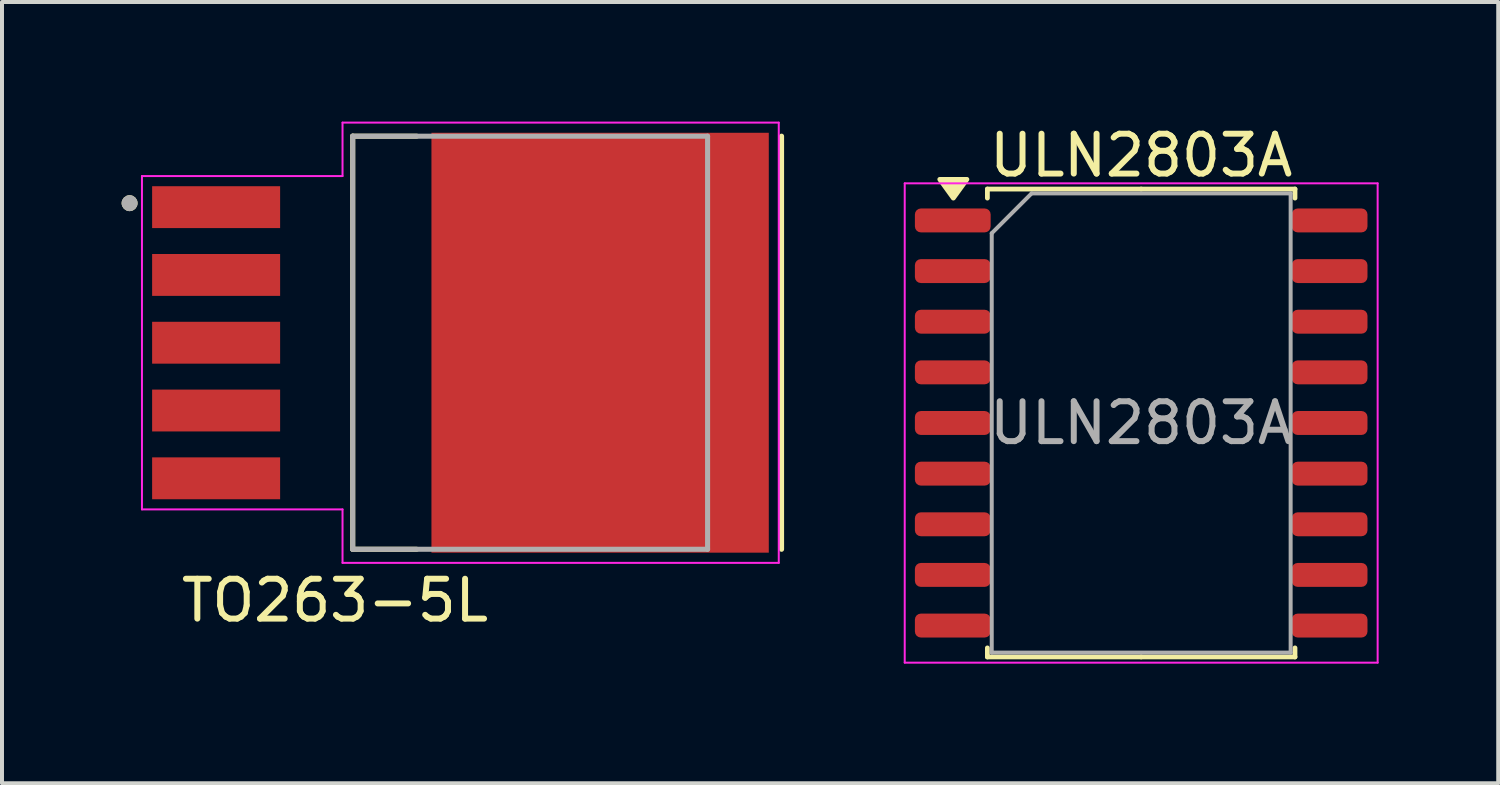
<source format=kicad_pcb>
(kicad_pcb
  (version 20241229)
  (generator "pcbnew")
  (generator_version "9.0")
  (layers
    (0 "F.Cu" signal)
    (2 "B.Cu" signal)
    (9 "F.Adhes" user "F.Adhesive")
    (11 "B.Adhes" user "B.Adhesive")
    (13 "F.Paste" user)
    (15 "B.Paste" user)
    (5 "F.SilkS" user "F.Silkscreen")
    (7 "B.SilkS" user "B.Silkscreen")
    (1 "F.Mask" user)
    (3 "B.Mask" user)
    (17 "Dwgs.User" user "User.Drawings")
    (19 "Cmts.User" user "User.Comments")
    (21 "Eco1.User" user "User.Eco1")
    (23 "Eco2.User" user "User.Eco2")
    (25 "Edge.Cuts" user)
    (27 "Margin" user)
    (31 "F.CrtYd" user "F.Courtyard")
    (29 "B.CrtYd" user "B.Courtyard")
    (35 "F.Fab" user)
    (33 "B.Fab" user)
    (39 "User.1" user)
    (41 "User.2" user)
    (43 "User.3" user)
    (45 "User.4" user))
  (footprint "ULN2803A"
    (layer "F.Cu")
    (at 25.569 7.558)
    (property "Reference" "ULN2803A" (at 0 -6.71 0) (layer "F.SilkS") (effects (font (size 1 1) (thickness 0.15))))
    (attr smd)
    (fp_line (start -3.857 -5.867) (end -3.857 -5.64) (stroke (width 0.12) (type solid)) (layer "F.SilkS"))
    (fp_line (start -3.857 5.867) (end -3.857 5.64) (stroke (width 0.12) (type solid)) (layer "F.SilkS"))
    (fp_line (start 0 -5.867) (end -3.857 -5.867) (stroke (width 0.12) (type solid)) (layer "F.SilkS"))
    (fp_line (start 0 -5.867) (end 3.857 -5.867) (stroke (width 0.12) (type solid)) (layer "F.SilkS"))
    (fp_line (start 0 5.867) (end -3.857 5.867) (stroke (width 0.12) (type solid)) (layer "F.SilkS"))
    (fp_line (start 0 5.867) (end 3.857 5.867) (stroke (width 0.12) (type solid)) (layer "F.SilkS"))
    (fp_line (start 3.857 -5.867) (end 3.857 -5.64) (stroke (width 0.12) (type solid)) (layer "F.SilkS"))
    (fp_line (start 3.857 5.867) (end 3.857 5.64) (stroke (width 0.12) (type solid)) (layer "F.SilkS"))
    (fp_poly (pts (xy -4.711 -5.64) (xy -5.051 -6.11) (xy -4.371 -6.11) (xy -4.711 -5.64)) (stroke (width 0.12) (type solid)) (fill yes) (layer "F.SilkS"))
    (fp_line (start -5.93 -6.01) (end -5.93 6.01) (stroke (width 0.05) (type solid)) (layer "F.CrtYd"))
    (fp_line (start -5.93 6.01) (end 5.93 6.01) (stroke (width 0.05) (type solid)) (layer "F.CrtYd"))
    (fp_line (start 5.93 -6.01) (end -5.93 -6.01) (stroke (width 0.05) (type solid)) (layer "F.CrtYd"))
    (fp_line (start 5.93 6.01) (end 5.93 -6.01) (stroke (width 0.05) (type solid)) (layer "F.CrtYd"))
    (fp_line (start -3.748 -4.758) (end -2.748 -5.758) (stroke (width 0.1) (type solid)) (layer "F.Fab"))
    (fp_line (start -3.748 5.758) (end -3.748 -4.758) (stroke (width 0.1) (type solid)) (layer "F.Fab"))
    (fp_line (start -2.748 -5.758) (end 3.748 -5.758) (stroke (width 0.1) (type solid)) (layer "F.Fab"))
    (fp_line (start 3.748 -5.758) (end 3.748 5.758) (stroke (width 0.1) (type solid)) (layer "F.Fab"))
    (fp_line (start 3.748 5.758) (end -3.748 5.758) (stroke (width 0.1) (type solid)) (layer "F.Fab"))
    (fp_text user "${REFERENCE}" (at 0 0 0) (layer "F.Fab") (effects (font (size 1 1) (thickness 0.15))))
    (pad "1" smd roundrect (at -4.725 -5.08) (size 1.9 0.6) (layers "F.Cu" "F.Mask" "F.Paste") (roundrect_rratio 0.25))
    (pad "2" smd roundrect (at -4.725 -3.81) (size 1.9 0.6) (layers "F.Cu" "F.Mask" "F.Paste") (roundrect_rratio 0.25))
    (pad "3" smd roundrect (at -4.725 -2.54) (size 1.9 0.6) (layers "F.Cu" "F.Mask" "F.Paste") (roundrect_rratio 0.25))
    (pad "4" smd roundrect (at -4.725 -1.27) (size 1.9 0.6) (layers "F.Cu" "F.Mask" "F.Paste") (roundrect_rratio 0.25))
    (pad "5" smd roundrect (at -4.725 0) (size 1.9 0.6) (layers "F.Cu" "F.Mask" "F.Paste") (roundrect_rratio 0.25))
    (pad "6" smd roundrect (at -4.725 1.27) (size 1.9 0.6) (layers "F.Cu" "F.Mask" "F.Paste") (roundrect_rratio 0.25))
    (pad "7" smd roundrect (at -4.725 2.54) (size 1.9 0.6) (layers "F.Cu" "F.Mask" "F.Paste") (roundrect_rratio 0.25))
    (pad "8" smd roundrect (at -4.725 3.81) (size 1.9 0.6) (layers "F.Cu" "F.Mask" "F.Paste") (roundrect_rratio 0.25))
    (pad "9" smd roundrect (at -4.725 5.08) (size 1.9 0.6) (layers "F.Cu" "F.Mask" "F.Paste") (roundrect_rratio 0.25))
    (pad "10" smd roundrect (at 4.725 5.08) (size 1.9 0.6) (layers "F.Cu" "F.Mask" "F.Paste") (roundrect_rratio 0.25))
    (pad "11" smd roundrect (at 4.725 3.81) (size 1.9 0.6) (layers "F.Cu" "F.Mask" "F.Paste") (roundrect_rratio 0.25))
    (pad "12" smd roundrect (at 4.725 2.54) (size 1.9 0.6) (layers "F.Cu" "F.Mask" "F.Paste") (roundrect_rratio 0.25))
    (pad "13" smd roundrect (at 4.725 1.27) (size 1.9 0.6) (layers "F.Cu" "F.Mask" "F.Paste") (roundrect_rratio 0.25))
    (pad "14" smd roundrect (at 4.725 0) (size 1.9 0.6) (layers "F.Cu" "F.Mask" "F.Paste") (roundrect_rratio 0.25))
    (pad "15" smd roundrect (at 4.725 -1.27) (size 1.9 0.6) (layers "F.Cu" "F.Mask" "F.Paste") (roundrect_rratio 0.25))
    (pad "16" smd roundrect (at 4.725 -2.54) (size 1.9 0.6) (layers "F.Cu" "F.Mask" "F.Paste") (roundrect_rratio 0.25))
    (pad "17" smd roundrect (at 4.725 -3.81) (size 1.9 0.6) (layers "F.Cu" "F.Mask" "F.Paste") (roundrect_rratio 0.25))
    (pad "18" smd roundrect (at 4.725 -5.08) (size 1.9 0.6) (layers "F.Cu" "F.Mask" "F.Paste") (roundrect_rratio 0.25)))
  (footprint "TO263-5L"
    (layer "F.Cu")
    (at 8.5 5.545)
    (property "Reference" "TO263-5L" (at -3.149 6.464 180) (layer "F.SilkS") (effects (font (size 1 1) (thickness 0.15))))
    (attr smd)
    (fp_line (start -2.705 -5.18) (end -2.705 5.18) (stroke (width 0.127) (type solid)) (layer "F.SilkS"))
    (fp_line (start -1.1 -5.18) (end -2.705 -5.18) (stroke (width 0.127) (type solid)) (layer "F.SilkS"))
    (fp_line (start -1.1 5.18) (end -2.705 5.18) (stroke (width 0.127) (type solid)) (layer "F.SilkS"))
    (fp_line (start 8.05 -5.18) (end 8.05 5.18) (stroke (width 0.127) (type solid)) (layer "F.SilkS"))
    (fp_circle (center -8.3 -3.5) (end -8.2 -3.5) (stroke (width 0.2) (type solid)) (fill no) (layer "F.SilkS"))
    (fp_poly (pts (xy -0.31 -4.93) (xy 0.95 -4.93) (xy 0.95 -3.51) (xy -0.31 -3.51)) (stroke (width 0.01) (type solid)) (fill yes) (layer "F.Paste"))
    (fp_poly (pts (xy -0.31 -2.82) (xy 0.95 -2.82) (xy 0.95 -1.4) (xy -0.31 -1.4)) (stroke (width 0.01) (type solid)) (fill yes) (layer "F.Paste"))
    (fp_poly (pts (xy -0.31 -0.71) (xy 0.95 -0.71) (xy 0.95 0.71) (xy -0.31 0.71)) (stroke (width 0.01) (type solid)) (fill yes) (layer "F.Paste"))
    (fp_poly (pts (xy -0.31 1.4) (xy 0.95 1.4) (xy 0.95 2.82) (xy -0.31 2.82)) (stroke (width 0.01) (type solid)) (fill yes) (layer "F.Paste"))
    (fp_poly (pts (xy -0.31 3.51) (xy 0.95 3.51) (xy 0.95 4.93) (xy -0.31 4.93)) (stroke (width 0.01) (type solid)) (fill yes) (layer "F.Paste"))
    (fp_poly (pts (xy 1.81 -4.93) (xy 3.07 -4.93) (xy 3.07 -3.51) (xy 1.81 -3.51)) (stroke (width 0.01) (type solid)) (fill yes) (layer "F.Paste"))
    (fp_poly (pts (xy 1.81 -2.82) (xy 3.07 -2.82) (xy 3.07 -1.4) (xy 1.81 -1.4)) (stroke (width 0.01) (type solid)) (fill yes) (layer "F.Paste"))
    (fp_poly (pts (xy 1.81 -0.71) (xy 3.07 -0.71) (xy 3.07 0.71) (xy 1.81 0.71)) (stroke (width 0.01) (type solid)) (fill yes) (layer "F.Paste"))
    (fp_poly (pts (xy 1.81 1.4) (xy 3.07 1.4) (xy 3.07 2.82) (xy 1.81 2.82)) (stroke (width 0.01) (type solid)) (fill yes) (layer "F.Paste"))
    (fp_poly (pts (xy 1.81 3.51) (xy 3.07 3.51) (xy 3.07 4.93) (xy 1.81 4.93)) (stroke (width 0.01) (type solid)) (fill yes) (layer "F.Paste"))
    (fp_poly (pts (xy 3.93 -4.93) (xy 5.19 -4.93) (xy 5.19 -3.51) (xy 3.93 -3.51)) (stroke (width 0.01) (type solid)) (fill yes) (layer "F.Paste"))
    (fp_poly (pts (xy 3.93 -2.82) (xy 5.19 -2.82) (xy 5.19 -1.4) (xy 3.93 -1.4)) (stroke (width 0.01) (type solid)) (fill yes) (layer "F.Paste"))
    (fp_poly (pts (xy 3.93 -0.71) (xy 5.19 -0.71) (xy 5.19 0.71) (xy 3.93 0.71)) (stroke (width 0.01) (type solid)) (fill yes) (layer "F.Paste"))
    (fp_poly (pts (xy 3.93 1.4) (xy 5.19 1.4) (xy 5.19 2.82) (xy 3.93 2.82)) (stroke (width 0.01) (type solid)) (fill yes) (layer "F.Paste"))
    (fp_poly (pts (xy 3.93 3.51) (xy 5.19 3.51) (xy 5.19 4.93) (xy 3.93 4.93)) (stroke (width 0.01) (type solid)) (fill yes) (layer "F.Paste"))
    (fp_poly (pts (xy 6.05 -4.93) (xy 7.31 -4.93) (xy 7.31 -3.51) (xy 6.05 -3.51)) (stroke (width 0.01) (type solid)) (fill yes) (layer "F.Paste"))
    (fp_poly (pts (xy 6.05 -2.82) (xy 7.31 -2.82) (xy 7.31 -1.4) (xy 6.05 -1.4)) (stroke (width 0.01) (type solid)) (fill yes) (layer "F.Paste"))
    (fp_poly (pts (xy 6.05 -0.71) (xy 7.31 -0.71) (xy 7.31 0.71) (xy 6.05 0.71)) (stroke (width 0.01) (type solid)) (fill yes) (layer "F.Paste"))
    (fp_poly (pts (xy 6.05 1.4) (xy 7.31 1.4) (xy 7.31 2.82) (xy 6.05 2.82)) (stroke (width 0.01) (type solid)) (fill yes) (layer "F.Paste"))
    (fp_poly (pts (xy 6.05 3.51) (xy 7.31 3.51) (xy 7.31 4.93) (xy 6.05 4.93)) (stroke (width 0.01) (type solid)) (fill yes) (layer "F.Paste"))
    (fp_line (start -7.99 -4.18) (end -7.99 4.18) (stroke (width 0.05) (type solid)) (layer "F.CrtYd"))
    (fp_line (start -7.99 4.18) (end -2.96 4.18) (stroke (width 0.05) (type solid)) (layer "F.CrtYd"))
    (fp_line (start -2.96 -5.52) (end -2.96 -4.18) (stroke (width 0.05) (type solid)) (layer "F.CrtYd"))
    (fp_line (start -2.96 -4.18) (end -7.99 -4.18) (stroke (width 0.05) (type solid)) (layer "F.CrtYd"))
    (fp_line (start -2.96 4.18) (end -2.96 5.52) (stroke (width 0.05) (type solid)) (layer "F.CrtYd"))
    (fp_line (start -2.96 5.52) (end 7.98 5.52) (stroke (width 0.05) (type solid)) (layer "F.CrtYd"))
    (fp_line (start 7.98 -5.52) (end -2.96 -5.52) (stroke (width 0.05) (type solid)) (layer "F.CrtYd"))
    (fp_line (start 7.98 5.52) (end 7.98 -5.52) (stroke (width 0.05) (type solid)) (layer "F.CrtYd"))
    (fp_line (start -2.705 -5.18) (end -2.705 5.18) (stroke (width 0.127) (type solid)) (layer "F.Fab"))
    (fp_line (start -2.705 5.18) (end 6.195 5.18) (stroke (width 0.127) (type solid)) (layer "F.Fab"))
    (fp_line (start 6.195 -5.18) (end -2.705 -5.18) (stroke (width 0.127) (type solid)) (layer "F.Fab"))
    (fp_line (start 6.195 5.18) (end 6.195 -5.18) (stroke (width 0.127) (type solid)) (layer "F.Fab"))
    (fp_circle (center -8.3 -3.5) (end -8.2 -3.5) (stroke (width 0.2) (type solid)) (fill no) (layer "F.Fab"))
    (pad "1" smd rect (at -6.13 -3.4) (size 3.21 1.05) (layers "F.Cu" "F.Mask" "F.Paste"))
    (pad "2" smd rect (at -6.13 -1.7) (size 3.21 1.05) (layers "F.Cu" "F.Mask" "F.Paste"))
    (pad "3" smd rect (at -6.13 0) (size 3.21 1.05) (layers "F.Cu" "F.Mask" "F.Paste"))
    (pad "4" smd rect (at -6.13 1.7) (size 3.21 1.05) (layers "F.Cu" "F.Mask" "F.Paste"))
    (pad "5" smd rect (at -6.13 3.4) (size 3.21 1.05) (layers "F.Cu" "F.Mask" "F.Paste"))
    (pad "6" smd rect (at 3.5 0) (size 8.46 10.53) (layers "F.Cu" "F.Mask")))
  (gr_rect
    (start -3 -3)
    (end 34.523 16.593)
    (stroke (width 0.1) (type default))
    (fill no)
    (layer "Edge.Cuts")))
</source>
